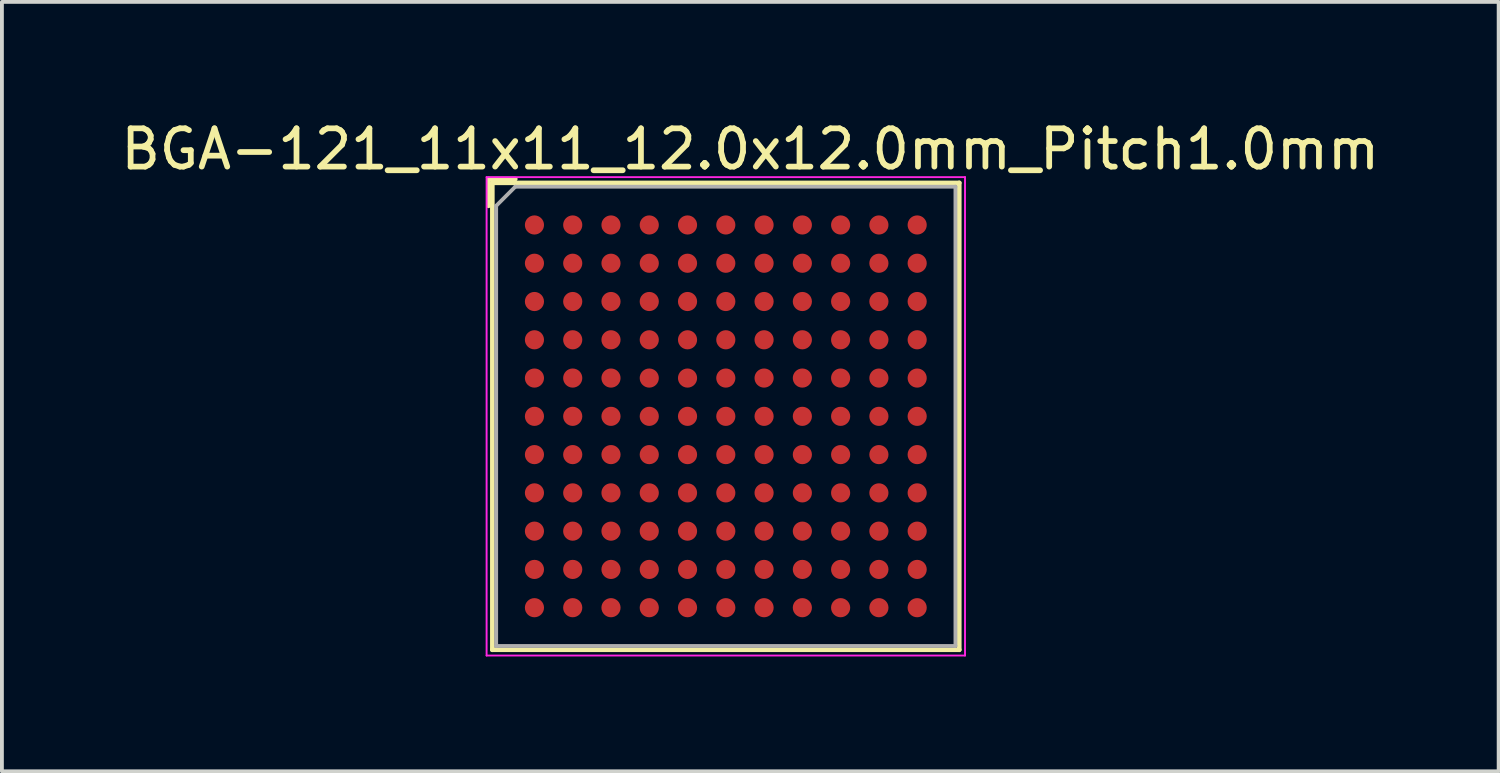
<source format=kicad_pcb>
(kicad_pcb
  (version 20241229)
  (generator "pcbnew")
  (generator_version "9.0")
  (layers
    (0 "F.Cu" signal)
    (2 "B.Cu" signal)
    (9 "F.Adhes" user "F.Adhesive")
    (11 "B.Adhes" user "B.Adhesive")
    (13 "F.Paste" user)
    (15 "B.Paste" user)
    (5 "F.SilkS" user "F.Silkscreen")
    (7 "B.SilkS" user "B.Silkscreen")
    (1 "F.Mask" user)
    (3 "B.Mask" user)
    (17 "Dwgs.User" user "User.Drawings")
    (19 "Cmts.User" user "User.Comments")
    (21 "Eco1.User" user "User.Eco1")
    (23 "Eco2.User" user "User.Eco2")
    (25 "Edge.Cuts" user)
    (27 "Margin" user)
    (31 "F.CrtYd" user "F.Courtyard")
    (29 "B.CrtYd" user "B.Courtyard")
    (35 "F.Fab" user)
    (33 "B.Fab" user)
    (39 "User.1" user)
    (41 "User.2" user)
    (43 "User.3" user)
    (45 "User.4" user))
  (footprint "BGA-121_11x11_12.0x12.0mm_Pitch1.0mm"
    (layer "F.Cu")
    (at 15.914 7.828)
    (property "Reference" "BGA-121_11x11_12.0x12.0mm_Pitch1.0mm" (at 0.64 -6.98 0) (layer "F.SilkS") (effects (font (size 1 1) (thickness 0.15))))
    (attr smd)
    (fp_line (start -6.2 -6.2) (end -5.5 -6.2) (stroke (width 0.12) (type solid)) (layer "F.SilkS"))
    (fp_line (start -6.2 -5.5) (end -6.2 -6.2) (stroke (width 0.12) (type solid)) (layer "F.SilkS"))
    (fp_line (start -6.1 -6.1) (end -6.1 6.1) (stroke (width 0.12) (type solid)) (layer "F.SilkS"))
    (fp_line (start -6.1 6.1) (end 6.1 6.1) (stroke (width 0.12) (type solid)) (layer "F.SilkS"))
    (fp_line (start 6.1 -6.1) (end -6.1 -6.1) (stroke (width 0.12) (type solid)) (layer "F.SilkS"))
    (fp_line (start 6.1 6.1) (end 6.1 -6.1) (stroke (width 0.12) (type solid)) (layer "F.SilkS"))
    (fp_line (start -6.25 -6.25) (end -6.25 6.25) (stroke (width 0.05) (type solid)) (layer "F.CrtYd"))
    (fp_line (start -6.25 -6.25) (end 6.25 -6.25) (stroke (width 0.05) (type solid)) (layer "F.CrtYd"))
    (fp_line (start 6.25 6.25) (end -6.25 6.25) (stroke (width 0.05) (type solid)) (layer "F.CrtYd"))
    (fp_line (start 6.25 6.25) (end 6.25 -6.25) (stroke (width 0.05) (type solid)) (layer "F.CrtYd"))
    (fp_line (start -6 -5.5) (end -6 6) (stroke (width 0.1) (type solid)) (layer "F.Fab"))
    (fp_line (start -6 6) (end 6 6) (stroke (width 0.1) (type solid)) (layer "F.Fab"))
    (fp_line (start -5.5 -6) (end -6 -5.5) (stroke (width 0.1) (type solid)) (layer "F.Fab"))
    (fp_line (start 6 -6) (end -5.5 -6) (stroke (width 0.1) (type solid)) (layer "F.Fab"))
    (fp_line (start 6 6) (end 6 -6) (stroke (width 0.1) (type solid)) (layer "F.Fab"))
    (pad "A1" smd circle (at -5 -5) (size 0.5 0.5) (layers "F.Cu" "F.Mask" "F.Paste"))
    (pad "A2" smd circle (at -4 -5) (size 0.5 0.5) (layers "F.Cu" "F.Mask" "F.Paste"))
    (pad "A3" smd circle (at -3 -5) (size 0.5 0.5) (layers "F.Cu" "F.Mask" "F.Paste"))
    (pad "A4" smd circle (at -2 -5) (size 0.5 0.5) (layers "F.Cu" "F.Mask" "F.Paste"))
    (pad "A5" smd circle (at -1 -5) (size 0.5 0.5) (layers "F.Cu" "F.Mask" "F.Paste"))
    (pad "A6" smd circle (at 0 -5) (size 0.5 0.5) (layers "F.Cu" "F.Mask" "F.Paste"))
    (pad "A7" smd circle (at 1 -5) (size 0.5 0.5) (layers "F.Cu" "F.Mask" "F.Paste"))
    (pad "A8" smd circle (at 2 -5) (size 0.5 0.5) (layers "F.Cu" "F.Mask" "F.Paste"))
    (pad "A9" smd circle (at 3 -5) (size 0.5 0.5) (layers "F.Cu" "F.Mask" "F.Paste"))
    (pad "A10" smd circle (at 4 -5) (size 0.5 0.5) (layers "F.Cu" "F.Mask" "F.Paste"))
    (pad "A11" smd circle (at 5 -5) (size 0.5 0.5) (layers "F.Cu" "F.Mask" "F.Paste"))
    (pad "B1" smd circle (at -5 -4) (size 0.5 0.5) (layers "F.Cu" "F.Mask" "F.Paste"))
    (pad "B2" smd circle (at -4 -4) (size 0.5 0.5) (layers "F.Cu" "F.Mask" "F.Paste"))
    (pad "B3" smd circle (at -3 -4) (size 0.5 0.5) (layers "F.Cu" "F.Mask" "F.Paste"))
    (pad "B4" smd circle (at -2 -4) (size 0.5 0.5) (layers "F.Cu" "F.Mask" "F.Paste"))
    (pad "B5" smd circle (at -1 -4) (size 0.5 0.5) (layers "F.Cu" "F.Mask" "F.Paste"))
    (pad "B6" smd circle (at 0 -4) (size 0.5 0.5) (layers "F.Cu" "F.Mask" "F.Paste"))
    (pad "B7" smd circle (at 1 -4) (size 0.5 0.5) (layers "F.Cu" "F.Mask" "F.Paste"))
    (pad "B8" smd circle (at 2 -4) (size 0.5 0.5) (layers "F.Cu" "F.Mask" "F.Paste"))
    (pad "B9" smd circle (at 3 -4) (size 0.5 0.5) (layers "F.Cu" "F.Mask" "F.Paste"))
    (pad "B10" smd circle (at 4 -4) (size 0.5 0.5) (layers "F.Cu" "F.Mask" "F.Paste"))
    (pad "B11" smd circle (at 5 -4) (size 0.5 0.5) (layers "F.Cu" "F.Mask" "F.Paste"))
    (pad "C1" smd circle (at -5 -3) (size 0.5 0.5) (layers "F.Cu" "F.Mask" "F.Paste"))
    (pad "C2" smd circle (at -4 -3) (size 0.5 0.5) (layers "F.Cu" "F.Mask" "F.Paste"))
    (pad "C3" smd circle (at -3 -3) (size 0.5 0.5) (layers "F.Cu" "F.Mask" "F.Paste"))
    (pad "C4" smd circle (at -2 -3) (size 0.5 0.5) (layers "F.Cu" "F.Mask" "F.Paste"))
    (pad "C5" smd circle (at -1 -3) (size 0.5 0.5) (layers "F.Cu" "F.Mask" "F.Paste"))
    (pad "C6" smd circle (at 0 -3) (size 0.5 0.5) (layers "F.Cu" "F.Mask" "F.Paste"))
    (pad "C7" smd circle (at 1 -3) (size 0.5 0.5) (layers "F.Cu" "F.Mask" "F.Paste"))
    (pad "C8" smd circle (at 2 -3) (size 0.5 0.5) (layers "F.Cu" "F.Mask" "F.Paste"))
    (pad "C9" smd circle (at 3 -3) (size 0.5 0.5) (layers "F.Cu" "F.Mask" "F.Paste"))
    (pad "C10" smd circle (at 4 -3) (size 0.5 0.5) (layers "F.Cu" "F.Mask" "F.Paste"))
    (pad "C11" smd circle (at 5 -3) (size 0.5 0.5) (layers "F.Cu" "F.Mask" "F.Paste"))
    (pad "D1" smd circle (at -5 -2) (size 0.5 0.5) (layers "F.Cu" "F.Mask" "F.Paste"))
    (pad "D2" smd circle (at -4 -2) (size 0.5 0.5) (layers "F.Cu" "F.Mask" "F.Paste"))
    (pad "D3" smd circle (at -3 -2) (size 0.5 0.5) (layers "F.Cu" "F.Mask" "F.Paste"))
    (pad "D4" smd circle (at -2 -2) (size 0.5 0.5) (layers "F.Cu" "F.Mask" "F.Paste"))
    (pad "D5" smd circle (at -1 -2) (size 0.5 0.5) (layers "F.Cu" "F.Mask" "F.Paste"))
    (pad "D6" smd circle (at 0 -2) (size 0.5 0.5) (layers "F.Cu" "F.Mask" "F.Paste"))
    (pad "D7" smd circle (at 1 -2) (size 0.5 0.5) (layers "F.Cu" "F.Mask" "F.Paste"))
    (pad "D8" smd circle (at 2 -2) (size 0.5 0.5) (layers "F.Cu" "F.Mask" "F.Paste"))
    (pad "D9" smd circle (at 3 -2) (size 0.5 0.5) (layers "F.Cu" "F.Mask" "F.Paste"))
    (pad "D10" smd circle (at 4 -2) (size 0.5 0.5) (layers "F.Cu" "F.Mask" "F.Paste"))
    (pad "D11" smd circle (at 5 -2) (size 0.5 0.5) (layers "F.Cu" "F.Mask" "F.Paste"))
    (pad "E1" smd circle (at -5 -1) (size 0.5 0.5) (layers "F.Cu" "F.Mask" "F.Paste"))
    (pad "E2" smd circle (at -4 -1) (size 0.5 0.5) (layers "F.Cu" "F.Mask" "F.Paste"))
    (pad "E3" smd circle (at -3 -1) (size 0.5 0.5) (layers "F.Cu" "F.Mask" "F.Paste"))
    (pad "E4" smd circle (at -2 -1) (size 0.5 0.5) (layers "F.Cu" "F.Mask" "F.Paste"))
    (pad "E5" smd circle (at -1 -1) (size 0.5 0.5) (layers "F.Cu" "F.Mask" "F.Paste"))
    (pad "E6" smd circle (at 0 -1) (size 0.5 0.5) (layers "F.Cu" "F.Mask" "F.Paste"))
    (pad "E7" smd circle (at 1 -1) (size 0.5 0.5) (layers "F.Cu" "F.Mask" "F.Paste"))
    (pad "E8" smd circle (at 2 -1) (size 0.5 0.5) (layers "F.Cu" "F.Mask" "F.Paste"))
    (pad "E9" smd circle (at 3 -1) (size 0.5 0.5) (layers "F.Cu" "F.Mask" "F.Paste"))
    (pad "E10" smd circle (at 4 -1) (size 0.5 0.5) (layers "F.Cu" "F.Mask" "F.Paste"))
    (pad "E11" smd circle (at 5 -1) (size 0.5 0.5) (layers "F.Cu" "F.Mask" "F.Paste"))
    (pad "F1" smd circle (at -5 0) (size 0.5 0.5) (layers "F.Cu" "F.Mask" "F.Paste"))
    (pad "F2" smd circle (at -4 0) (size 0.5 0.5) (layers "F.Cu" "F.Mask" "F.Paste"))
    (pad "F3" smd circle (at -3 0) (size 0.5 0.5) (layers "F.Cu" "F.Mask" "F.Paste"))
    (pad "F4" smd circle (at -2 0) (size 0.5 0.5) (layers "F.Cu" "F.Mask" "F.Paste"))
    (pad "F5" smd circle (at -1 0) (size 0.5 0.5) (layers "F.Cu" "F.Mask" "F.Paste"))
    (pad "F6" smd circle (at 0 0) (size 0.5 0.5) (layers "F.Cu" "F.Mask" "F.Paste"))
    (pad "F7" smd circle (at 1 0) (size 0.5 0.5) (layers "F.Cu" "F.Mask" "F.Paste"))
    (pad "F8" smd circle (at 2 0) (size 0.5 0.5) (layers "F.Cu" "F.Mask" "F.Paste"))
    (pad "F9" smd circle (at 3 0) (size 0.5 0.5) (layers "F.Cu" "F.Mask" "F.Paste"))
    (pad "F10" smd circle (at 4 0) (size 0.5 0.5) (layers "F.Cu" "F.Mask" "F.Paste"))
    (pad "F11" smd circle (at 5 0) (size 0.5 0.5) (layers "F.Cu" "F.Mask" "F.Paste"))
    (pad "G1" smd circle (at -5 1) (size 0.5 0.5) (layers "F.Cu" "F.Mask" "F.Paste"))
    (pad "G2" smd circle (at -4 1) (size 0.5 0.5) (layers "F.Cu" "F.Mask" "F.Paste"))
    (pad "G3" smd circle (at -3 1) (size 0.5 0.5) (layers "F.Cu" "F.Mask" "F.Paste"))
    (pad "G4" smd circle (at -2 1) (size 0.5 0.5) (layers "F.Cu" "F.Mask" "F.Paste"))
    (pad "G5" smd circle (at -1 1) (size 0.5 0.5) (layers "F.Cu" "F.Mask" "F.Paste"))
    (pad "G6" smd circle (at 0 1) (size 0.5 0.5) (layers "F.Cu" "F.Mask" "F.Paste"))
    (pad "G7" smd circle (at 1 1) (size 0.5 0.5) (layers "F.Cu" "F.Mask" "F.Paste"))
    (pad "G8" smd circle (at 2 1) (size 0.5 0.5) (layers "F.Cu" "F.Mask" "F.Paste"))
    (pad "G9" smd circle (at 3 1) (size 0.5 0.5) (layers "F.Cu" "F.Mask" "F.Paste"))
    (pad "G10" smd circle (at 4 1) (size 0.5 0.5) (layers "F.Cu" "F.Mask" "F.Paste"))
    (pad "G11" smd circle (at 5 1) (size 0.5 0.5) (layers "F.Cu" "F.Mask" "F.Paste"))
    (pad "H1" smd circle (at -5 2) (size 0.5 0.5) (layers "F.Cu" "F.Mask" "F.Paste"))
    (pad "H2" smd circle (at -4 2) (size 0.5 0.5) (layers "F.Cu" "F.Mask" "F.Paste"))
    (pad "H3" smd circle (at -3 2) (size 0.5 0.5) (layers "F.Cu" "F.Mask" "F.Paste"))
    (pad "H4" smd circle (at -2 2) (size 0.5 0.5) (layers "F.Cu" "F.Mask" "F.Paste"))
    (pad "H5" smd circle (at -1 2) (size 0.5 0.5) (layers "F.Cu" "F.Mask" "F.Paste"))
    (pad "H6" smd circle (at 0 2) (size 0.5 0.5) (layers "F.Cu" "F.Mask" "F.Paste"))
    (pad "H7" smd circle (at 1 2) (size 0.5 0.5) (layers "F.Cu" "F.Mask" "F.Paste"))
    (pad "H8" smd circle (at 2 2) (size 0.5 0.5) (layers "F.Cu" "F.Mask" "F.Paste"))
    (pad "H9" smd circle (at 3 2) (size 0.5 0.5) (layers "F.Cu" "F.Mask" "F.Paste"))
    (pad "H10" smd circle (at 4 2) (size 0.5 0.5) (layers "F.Cu" "F.Mask" "F.Paste"))
    (pad "H11" smd circle (at 5 2) (size 0.5 0.5) (layers "F.Cu" "F.Mask" "F.Paste"))
    (pad "J1" smd circle (at -5 3) (size 0.5 0.5) (layers "F.Cu" "F.Mask" "F.Paste"))
    (pad "J2" smd circle (at -4 3) (size 0.5 0.5) (layers "F.Cu" "F.Mask" "F.Paste"))
    (pad "J3" smd circle (at -3 3) (size 0.5 0.5) (layers "F.Cu" "F.Mask" "F.Paste"))
    (pad "J4" smd circle (at -2 3) (size 0.5 0.5) (layers "F.Cu" "F.Mask" "F.Paste"))
    (pad "J5" smd circle (at -1 3) (size 0.5 0.5) (layers "F.Cu" "F.Mask" "F.Paste"))
    (pad "J6" smd circle (at 0 3) (size 0.5 0.5) (layers "F.Cu" "F.Mask" "F.Paste"))
    (pad "J7" smd circle (at 1 3) (size 0.5 0.5) (layers "F.Cu" "F.Mask" "F.Paste"))
    (pad "J8" smd circle (at 2 3) (size 0.5 0.5) (layers "F.Cu" "F.Mask" "F.Paste"))
    (pad "J9" smd circle (at 3 3) (size 0.5 0.5) (layers "F.Cu" "F.Mask" "F.Paste"))
    (pad "J10" smd circle (at 4 3) (size 0.5 0.5) (layers "F.Cu" "F.Mask" "F.Paste"))
    (pad "J11" smd circle (at 5 3) (size 0.5 0.5) (layers "F.Cu" "F.Mask" "F.Paste"))
    (pad "K1" smd circle (at -5 4) (size 0.5 0.5) (layers "F.Cu" "F.Mask" "F.Paste"))
    (pad "K2" smd circle (at -4 4) (size 0.5 0.5) (layers "F.Cu" "F.Mask" "F.Paste"))
    (pad "K3" smd circle (at -3 4) (size 0.5 0.5) (layers "F.Cu" "F.Mask" "F.Paste"))
    (pad "K4" smd circle (at -2 4) (size 0.5 0.5) (layers "F.Cu" "F.Mask" "F.Paste"))
    (pad "K5" smd circle (at -1 4) (size 0.5 0.5) (layers "F.Cu" "F.Mask" "F.Paste"))
    (pad "K6" smd circle (at 0 4) (size 0.5 0.5) (layers "F.Cu" "F.Mask" "F.Paste"))
    (pad "K7" smd circle (at 1 4) (size 0.5 0.5) (layers "F.Cu" "F.Mask" "F.Paste"))
    (pad "K8" smd circle (at 2 4) (size 0.5 0.5) (layers "F.Cu" "F.Mask" "F.Paste"))
    (pad "K9" smd circle (at 3 4) (size 0.5 0.5) (layers "F.Cu" "F.Mask" "F.Paste"))
    (pad "K10" smd circle (at 4 4) (size 0.5 0.5) (layers "F.Cu" "F.Mask" "F.Paste"))
    (pad "K11" smd circle (at 5 4) (size 0.5 0.5) (layers "F.Cu" "F.Mask" "F.Paste"))
    (pad "L1" smd circle (at -5 5) (size 0.5 0.5) (layers "F.Cu" "F.Mask" "F.Paste"))
    (pad "L2" smd circle (at -4 5) (size 0.5 0.5) (layers "F.Cu" "F.Mask" "F.Paste"))
    (pad "L3" smd circle (at -3 5) (size 0.5 0.5) (layers "F.Cu" "F.Mask" "F.Paste"))
    (pad "L4" smd circle (at -2 5) (size 0.5 0.5) (layers "F.Cu" "F.Mask" "F.Paste"))
    (pad "L5" smd circle (at -1 5) (size 0.5 0.5) (layers "F.Cu" "F.Mask" "F.Paste"))
    (pad "L6" smd circle (at 0 5) (size 0.5 0.5) (layers "F.Cu" "F.Mask" "F.Paste"))
    (pad "L7" smd circle (at 1 5) (size 0.5 0.5) (layers "F.Cu" "F.Mask" "F.Paste"))
    (pad "L8" smd circle (at 2 5) (size 0.5 0.5) (layers "F.Cu" "F.Mask" "F.Paste"))
    (pad "L9" smd circle (at 3 5) (size 0.5 0.5) (layers "F.Cu" "F.Mask" "F.Paste"))
    (pad "L10" smd circle (at 4 5) (size 0.5 0.5) (layers "F.Cu" "F.Mask" "F.Paste"))
    (pad "L11" smd circle (at 5 5) (size 0.5 0.5) (layers "F.Cu" "F.Mask" "F.Paste")))
  (gr_rect
    (start -3 -3)
    (end 36.107 17.103)
    (stroke (width 0.1) (type default))
    (fill no)
    (layer "Edge.Cuts")))
</source>
